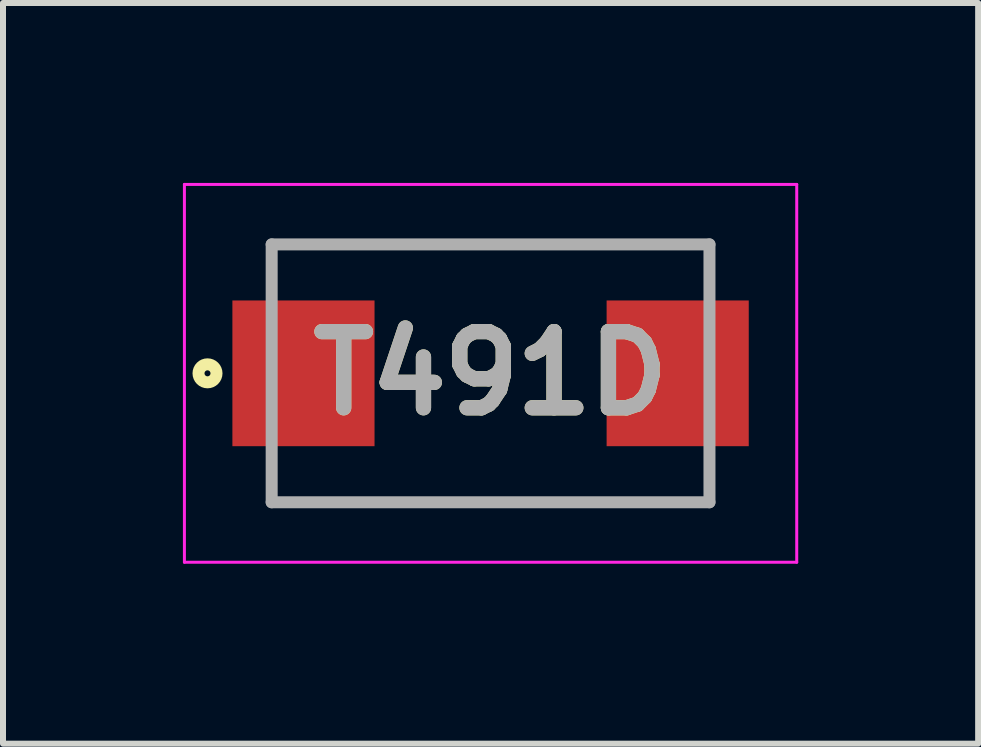
<source format=kicad_pcb>
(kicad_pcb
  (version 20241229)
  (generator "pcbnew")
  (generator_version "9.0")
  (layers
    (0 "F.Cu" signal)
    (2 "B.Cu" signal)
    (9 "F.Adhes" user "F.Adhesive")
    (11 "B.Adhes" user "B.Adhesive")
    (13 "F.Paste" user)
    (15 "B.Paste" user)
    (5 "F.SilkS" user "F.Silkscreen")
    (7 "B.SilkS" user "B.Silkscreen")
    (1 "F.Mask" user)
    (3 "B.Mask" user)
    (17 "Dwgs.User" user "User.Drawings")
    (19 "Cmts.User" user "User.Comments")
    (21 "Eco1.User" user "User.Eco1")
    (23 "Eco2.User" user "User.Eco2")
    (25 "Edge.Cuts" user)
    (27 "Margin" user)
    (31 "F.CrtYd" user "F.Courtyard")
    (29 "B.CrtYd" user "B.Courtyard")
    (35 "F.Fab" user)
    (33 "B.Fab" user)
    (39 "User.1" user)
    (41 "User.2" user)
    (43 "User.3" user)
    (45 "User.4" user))
  (footprint "T491D"
    (layer "F.Cu")
    (at 5.13 3.175)
    (property "Reference" "T491D" (at 0 0 0) (layer "F.SilkS") (effects (font (size 1.27 1.27) (thickness 0.254))))
    (attr smd)
    (fp_line (start -3.65 -2.15) (end 3.65 -2.15) (stroke (width 0.1) (type solid)) (layer "F.SilkS"))
    (fp_line (start 3.65 2.15) (end -3.65 2.15) (stroke (width 0.1) (type solid)) (layer "F.SilkS"))
    (fp_circle (center -4.72 0) (end -4.72 0.05) (stroke (width 0.2) (type solid)) (fill no) (layer "F.SilkS"))
    (fp_line (start -5.105 -3.15) (end 5.105 -3.15) (stroke (width 0.05) (type solid)) (layer "F.CrtYd"))
    (fp_line (start -5.105 3.15) (end -5.105 -3.15) (stroke (width 0.05) (type solid)) (layer "F.CrtYd"))
    (fp_line (start 5.105 -3.15) (end 5.105 3.15) (stroke (width 0.05) (type solid)) (layer "F.CrtYd"))
    (fp_line (start 5.105 3.15) (end -5.105 3.15) (stroke (width 0.05) (type solid)) (layer "F.CrtYd"))
    (fp_line (start -3.65 -2.15) (end 3.65 -2.15) (stroke (width 0.2) (type solid)) (layer "F.Fab"))
    (fp_line (start -3.65 2.15) (end -3.65 -2.15) (stroke (width 0.2) (type solid)) (layer "F.Fab"))
    (fp_line (start 3.65 -2.15) (end 3.65 2.15) (stroke (width 0.2) (type solid)) (layer "F.Fab"))
    (fp_line (start 3.65 2.15) (end -3.65 2.15) (stroke (width 0.2) (type solid)) (layer "F.Fab"))
    (fp_text user "${REFERENCE}" (at 0 0 0) (layer "F.Fab") (effects (font (size 1.27 1.27) (thickness 0.254))))
    (pad "1" smd rect (at -3.12 0) (size 2.37 2.43) (layers "F.Cu" "F.Mask" "F.Paste"))
    (pad "2" smd rect (at 3.12 0) (size 2.37 2.43) (layers "F.Cu" "F.Mask" "F.Paste")))
  (gr_rect
    (start -3 -3)
    (end 13.26 9.35)
    (stroke (width 0.1) (type default))
    (fill no)
    (layer "Edge.Cuts")))
</source>
